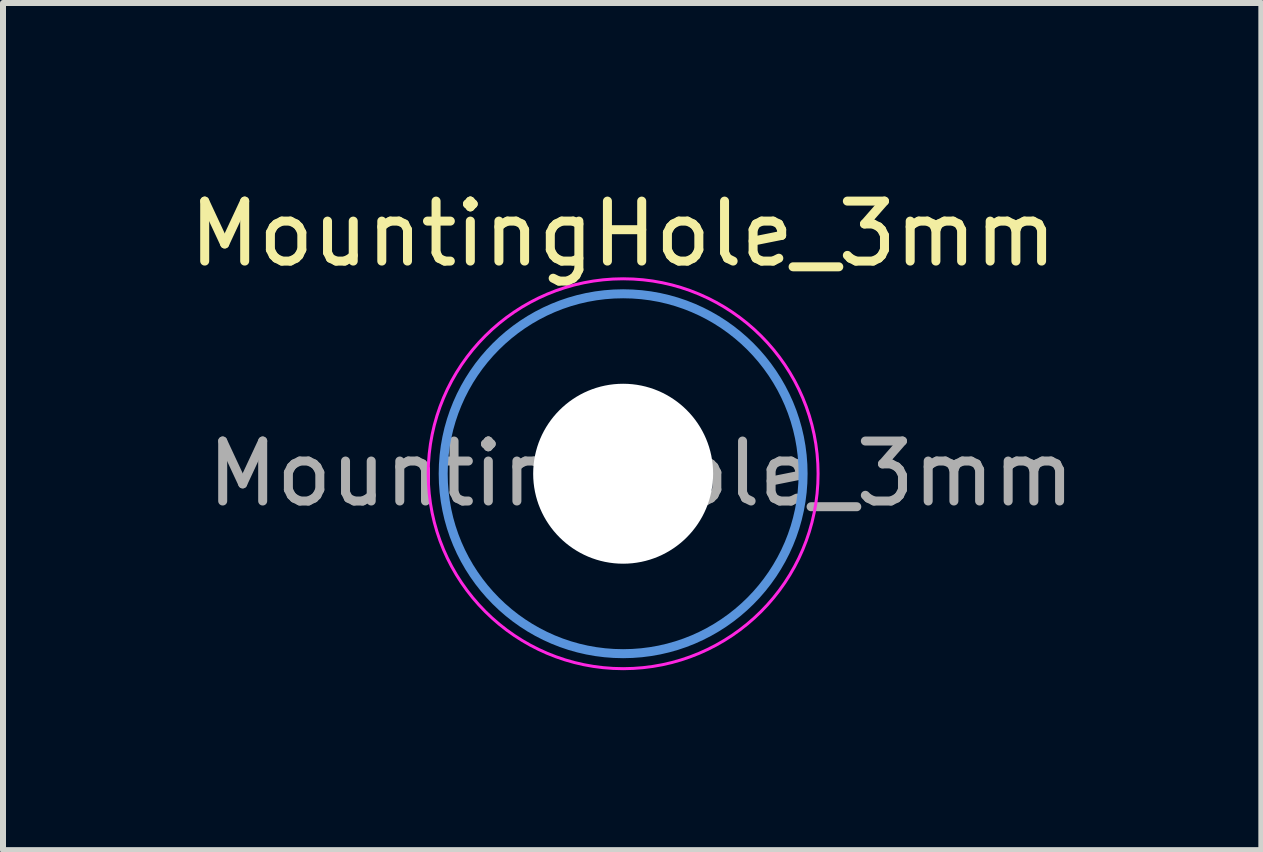
<source format=kicad_pcb>
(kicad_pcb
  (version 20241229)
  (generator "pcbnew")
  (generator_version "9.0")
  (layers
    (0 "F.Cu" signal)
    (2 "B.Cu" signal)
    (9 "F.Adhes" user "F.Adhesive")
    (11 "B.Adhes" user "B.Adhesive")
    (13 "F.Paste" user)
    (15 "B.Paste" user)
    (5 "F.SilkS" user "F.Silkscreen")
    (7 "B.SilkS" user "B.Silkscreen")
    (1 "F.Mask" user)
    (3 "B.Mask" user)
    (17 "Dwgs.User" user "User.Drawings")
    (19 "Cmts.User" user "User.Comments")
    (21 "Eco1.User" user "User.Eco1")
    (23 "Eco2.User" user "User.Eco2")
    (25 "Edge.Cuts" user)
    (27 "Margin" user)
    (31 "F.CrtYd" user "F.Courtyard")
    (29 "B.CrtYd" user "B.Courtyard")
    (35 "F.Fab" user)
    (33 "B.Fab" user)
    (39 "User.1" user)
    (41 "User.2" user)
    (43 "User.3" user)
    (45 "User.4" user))
  (footprint "MountingHole_3mm"
    (layer "F.Cu")
    (at 7.339 4.848)
    (property "Reference" "MountingHole_3mm" (at 0 -4 0) (layer "F.SilkS") (effects (font (size 1 1) (thickness 0.15))))
    (attr exclude_from_pos_files exclude_from_bom)
    (fp_circle (center 0 0) (end 3 0) (stroke (width 0.15) (type solid)) (fill no) (layer "Cmts.User"))
    (fp_circle (center 0 0) (end 3.25 0) (stroke (width 0.05) (type solid)) (fill no) (layer "F.CrtYd"))
    (fp_text user "${REFERENCE}" (at 0.3 0 0) (layer "F.Fab") (effects (font (size 1 1) (thickness 0.15))))
    (pad "" np_thru_hole circle (at 0 0) (size 3 3) (drill 3) (layers "*.Cu" "*.Mask")))
  (gr_rect
    (start -3 -3)
    (end 17.979 11.123)
    (stroke (width 0.1) (type default))
    (fill no)
    (layer "Edge.Cuts")))
</source>
